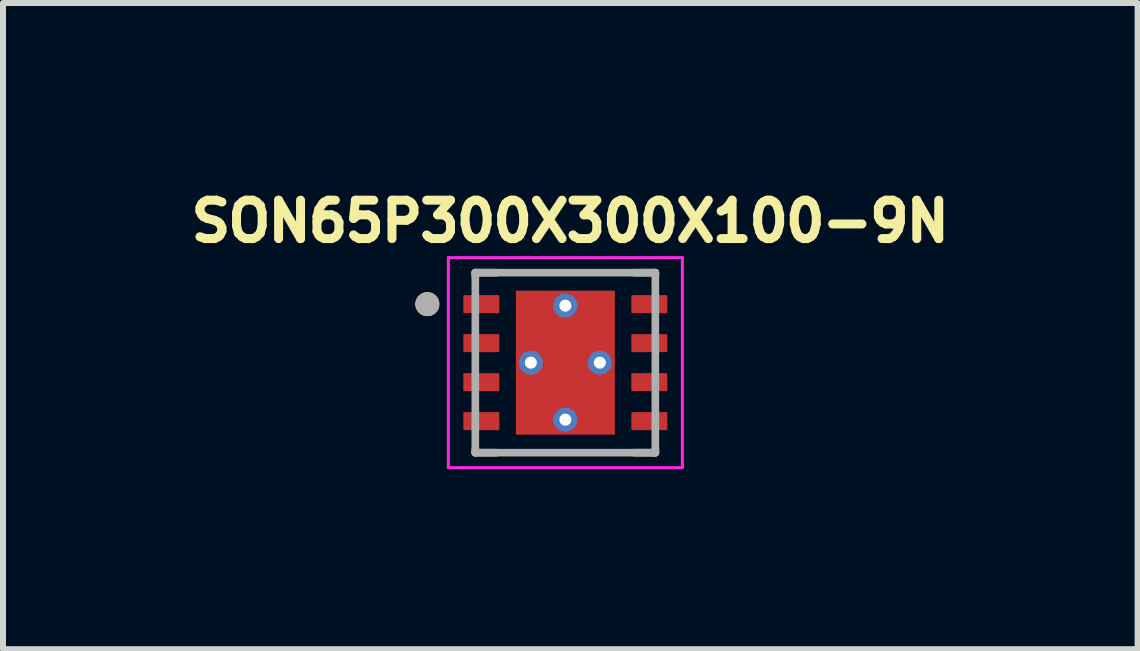
<source format=kicad_pcb>
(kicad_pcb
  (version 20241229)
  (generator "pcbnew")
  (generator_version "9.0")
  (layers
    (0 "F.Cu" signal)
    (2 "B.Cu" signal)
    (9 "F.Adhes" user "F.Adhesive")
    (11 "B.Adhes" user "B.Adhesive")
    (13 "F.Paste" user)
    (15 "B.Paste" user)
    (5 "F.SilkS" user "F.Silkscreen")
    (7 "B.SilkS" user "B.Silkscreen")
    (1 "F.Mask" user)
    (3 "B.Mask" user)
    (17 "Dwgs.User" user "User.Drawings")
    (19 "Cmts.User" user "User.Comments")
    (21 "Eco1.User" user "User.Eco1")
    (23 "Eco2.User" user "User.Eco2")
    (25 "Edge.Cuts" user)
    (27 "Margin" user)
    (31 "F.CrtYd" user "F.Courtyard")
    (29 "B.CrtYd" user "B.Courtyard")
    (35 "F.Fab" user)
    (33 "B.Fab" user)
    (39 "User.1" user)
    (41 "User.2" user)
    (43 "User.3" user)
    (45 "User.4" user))
  (footprint "SON65P300X300X100-9N"
    (layer "F.Cu")
    (at 6.372 2.994)
    (property "Reference" "SON65P300X300X100-9N" (at 0.082 -2.356 0) (layer "F.SilkS") (effects (font (size 0.64 0.64) (thickness 0.15))))
    (attr smd)
    (fp_poly (pts (xy -0.895 -1.27) (xy 0.895 -1.27) (xy 0.895 1.27) (xy -0.895 1.27)) (stroke (width 0.01) (type solid)) (fill yes) (layer "F.Mask"))
    (fp_poly (pts (xy -1.72 -1.195) (xy -1.08 -1.195) (xy -1.077 -1.195) (xy -1.075 -1.195) (xy -1.072 -1.194) (xy -1.07 -1.194) (xy -1.067 -1.193) (xy -1.065 -1.193) (xy -1.062 -1.192) (xy -1.06 -1.191) (xy -1.057 -1.19) (xy -1.055 -1.188) (xy -1.053 -1.187) (xy -1.051 -1.185) (xy -1.049 -1.184) (xy -1.047 -1.182) (xy -1.045 -1.18) (xy -1.043 -1.178) (xy -1.041 -1.176) (xy -1.04 -1.174) (xy -1.038 -1.172) (xy -1.037 -1.17) (xy -1.035 -1.168) (xy -1.034 -1.165) (xy -1.033 -1.163) (xy -1.032 -1.16) (xy -1.032 -1.158) (xy -1.031 -1.155) (xy -1.031 -1.153) (xy -1.03 -1.15) (xy -1.03 -1.148) (xy -1.03 -1.145) (xy -1.03 -0.805) (xy -1.03 -0.802) (xy -1.03 -0.8) (xy -1.031 -0.797) (xy -1.031 -0.795) (xy -1.032 -0.792) (xy -1.032 -0.79) (xy -1.033 -0.787) (xy -1.034 -0.785) (xy -1.035 -0.782) (xy -1.037 -0.78) (xy -1.038 -0.778) (xy -1.04 -0.776) (xy -1.041 -0.774) (xy -1.043 -0.772) (xy -1.045 -0.77) (xy -1.047 -0.768) (xy -1.049 -0.766) (xy -1.051 -0.765) (xy -1.053 -0.763) (xy -1.055 -0.762) (xy -1.057 -0.76) (xy -1.06 -0.759) (xy -1.062 -0.758) (xy -1.065 -0.757) (xy -1.067 -0.757) (xy -1.07 -0.756) (xy -1.072 -0.756) (xy -1.075 -0.755) (xy -1.077 -0.755) (xy -1.08 -0.755) (xy -1.72 -0.755) (xy -1.723 -0.755) (xy -1.725 -0.755) (xy -1.728 -0.756) (xy -1.73 -0.756) (xy -1.733 -0.757) (xy -1.735 -0.757) (xy -1.738 -0.758) (xy -1.74 -0.759) (xy -1.743 -0.76) (xy -1.745 -0.762) (xy -1.747 -0.763) (xy -1.749 -0.765) (xy -1.751 -0.766) (xy -1.753 -0.768) (xy -1.755 -0.77) (xy -1.757 -0.772) (xy -1.759 -0.774) (xy -1.76 -0.776) (xy -1.762 -0.778) (xy -1.763 -0.78) (xy -1.765 -0.782) (xy -1.766 -0.785) (xy -1.767 -0.787) (xy -1.768 -0.79) (xy -1.768 -0.792) (xy -1.769 -0.795) (xy -1.769 -0.797) (xy -1.77 -0.8) (xy -1.77 -0.802) (xy -1.77 -0.805) (xy -1.77 -1.145) (xy -1.77 -1.148) (xy -1.77 -1.15) (xy -1.769 -1.153) (xy -1.769 -1.155) (xy -1.768 -1.158) (xy -1.768 -1.16) (xy -1.767 -1.163) (xy -1.766 -1.165) (xy -1.765 -1.168) (xy -1.763 -1.17) (xy -1.762 -1.172) (xy -1.76 -1.174) (xy -1.759 -1.176) (xy -1.757 -1.178) (xy -1.755 -1.18) (xy -1.753 -1.182) (xy -1.751 -1.184) (xy -1.749 -1.185) (xy -1.747 -1.187) (xy -1.745 -1.188) (xy -1.743 -1.19) (xy -1.74 -1.191) (xy -1.738 -1.192) (xy -1.735 -1.193) (xy -1.733 -1.193) (xy -1.73 -1.194) (xy -1.728 -1.194) (xy -1.725 -1.195) (xy -1.723 -1.195) (xy -1.72 -1.195)) (stroke (width 0.01) (type solid)) (fill yes) (layer "F.Mask"))
    (fp_poly (pts (xy -1.72 -0.545) (xy -1.08 -0.545) (xy -1.077 -0.545) (xy -1.075 -0.545) (xy -1.072 -0.544) (xy -1.07 -0.544) (xy -1.067 -0.543) (xy -1.065 -0.543) (xy -1.062 -0.542) (xy -1.06 -0.541) (xy -1.057 -0.54) (xy -1.055 -0.538) (xy -1.053 -0.537) (xy -1.051 -0.535) (xy -1.049 -0.534) (xy -1.047 -0.532) (xy -1.045 -0.53) (xy -1.043 -0.528) (xy -1.041 -0.526) (xy -1.04 -0.524) (xy -1.038 -0.522) (xy -1.037 -0.52) (xy -1.035 -0.518) (xy -1.034 -0.515) (xy -1.033 -0.513) (xy -1.032 -0.51) (xy -1.032 -0.508) (xy -1.031 -0.505) (xy -1.031 -0.503) (xy -1.03 -0.5) (xy -1.03 -0.498) (xy -1.03 -0.495) (xy -1.03 -0.155) (xy -1.03 -0.152) (xy -1.03 -0.15) (xy -1.031 -0.147) (xy -1.031 -0.145) (xy -1.032 -0.142) (xy -1.032 -0.14) (xy -1.033 -0.137) (xy -1.034 -0.135) (xy -1.035 -0.132) (xy -1.037 -0.13) (xy -1.038 -0.128) (xy -1.04 -0.126) (xy -1.041 -0.124) (xy -1.043 -0.122) (xy -1.045 -0.12) (xy -1.047 -0.118) (xy -1.049 -0.116) (xy -1.051 -0.115) (xy -1.053 -0.113) (xy -1.055 -0.112) (xy -1.057 -0.11) (xy -1.06 -0.109) (xy -1.062 -0.108) (xy -1.065 -0.107) (xy -1.067 -0.107) (xy -1.07 -0.106) (xy -1.072 -0.106) (xy -1.075 -0.105) (xy -1.077 -0.105) (xy -1.08 -0.105) (xy -1.72 -0.105) (xy -1.723 -0.105) (xy -1.725 -0.105) (xy -1.728 -0.106) (xy -1.73 -0.106) (xy -1.733 -0.107) (xy -1.735 -0.107) (xy -1.738 -0.108) (xy -1.74 -0.109) (xy -1.743 -0.11) (xy -1.745 -0.112) (xy -1.747 -0.113) (xy -1.749 -0.115) (xy -1.751 -0.116) (xy -1.753 -0.118) (xy -1.755 -0.12) (xy -1.757 -0.122) (xy -1.759 -0.124) (xy -1.76 -0.126) (xy -1.762 -0.128) (xy -1.763 -0.13) (xy -1.765 -0.132) (xy -1.766 -0.135) (xy -1.767 -0.137) (xy -1.768 -0.14) (xy -1.768 -0.142) (xy -1.769 -0.145) (xy -1.769 -0.147) (xy -1.77 -0.15) (xy -1.77 -0.152) (xy -1.77 -0.155) (xy -1.77 -0.495) (xy -1.77 -0.498) (xy -1.77 -0.5) (xy -1.769 -0.503) (xy -1.769 -0.505) (xy -1.768 -0.508) (xy -1.768 -0.51) (xy -1.767 -0.513) (xy -1.766 -0.515) (xy -1.765 -0.518) (xy -1.763 -0.52) (xy -1.762 -0.522) (xy -1.76 -0.524) (xy -1.759 -0.526) (xy -1.757 -0.528) (xy -1.755 -0.53) (xy -1.753 -0.532) (xy -1.751 -0.534) (xy -1.749 -0.535) (xy -1.747 -0.537) (xy -1.745 -0.538) (xy -1.743 -0.54) (xy -1.74 -0.541) (xy -1.738 -0.542) (xy -1.735 -0.543) (xy -1.733 -0.543) (xy -1.73 -0.544) (xy -1.728 -0.544) (xy -1.725 -0.545) (xy -1.723 -0.545) (xy -1.72 -0.545)) (stroke (width 0.01) (type solid)) (fill yes) (layer "F.Mask"))
    (fp_poly (pts (xy -1.72 0.105) (xy -1.08 0.105) (xy -1.077 0.105) (xy -1.075 0.105) (xy -1.072 0.106) (xy -1.07 0.106) (xy -1.067 0.107) (xy -1.065 0.107) (xy -1.062 0.108) (xy -1.06 0.109) (xy -1.057 0.11) (xy -1.055 0.112) (xy -1.053 0.113) (xy -1.051 0.115) (xy -1.049 0.116) (xy -1.047 0.118) (xy -1.045 0.12) (xy -1.043 0.122) (xy -1.041 0.124) (xy -1.04 0.126) (xy -1.038 0.128) (xy -1.037 0.13) (xy -1.035 0.132) (xy -1.034 0.135) (xy -1.033 0.137) (xy -1.032 0.14) (xy -1.032 0.142) (xy -1.031 0.145) (xy -1.031 0.147) (xy -1.03 0.15) (xy -1.03 0.152) (xy -1.03 0.155) (xy -1.03 0.495) (xy -1.03 0.498) (xy -1.03 0.5) (xy -1.031 0.503) (xy -1.031 0.505) (xy -1.032 0.508) (xy -1.032 0.51) (xy -1.033 0.513) (xy -1.034 0.515) (xy -1.035 0.518) (xy -1.037 0.52) (xy -1.038 0.522) (xy -1.04 0.524) (xy -1.041 0.526) (xy -1.043 0.528) (xy -1.045 0.53) (xy -1.047 0.532) (xy -1.049 0.534) (xy -1.051 0.535) (xy -1.053 0.537) (xy -1.055 0.538) (xy -1.057 0.54) (xy -1.06 0.541) (xy -1.062 0.542) (xy -1.065 0.543) (xy -1.067 0.543) (xy -1.07 0.544) (xy -1.072 0.544) (xy -1.075 0.545) (xy -1.077 0.545) (xy -1.08 0.545) (xy -1.72 0.545) (xy -1.723 0.545) (xy -1.725 0.545) (xy -1.728 0.544) (xy -1.73 0.544) (xy -1.733 0.543) (xy -1.735 0.543) (xy -1.738 0.542) (xy -1.74 0.541) (xy -1.743 0.54) (xy -1.745 0.538) (xy -1.747 0.537) (xy -1.749 0.535) (xy -1.751 0.534) (xy -1.753 0.532) (xy -1.755 0.53) (xy -1.757 0.528) (xy -1.759 0.526) (xy -1.76 0.524) (xy -1.762 0.522) (xy -1.763 0.52) (xy -1.765 0.518) (xy -1.766 0.515) (xy -1.767 0.513) (xy -1.768 0.51) (xy -1.768 0.508) (xy -1.769 0.505) (xy -1.769 0.503) (xy -1.77 0.5) (xy -1.77 0.498) (xy -1.77 0.495) (xy -1.77 0.155) (xy -1.77 0.152) (xy -1.77 0.15) (xy -1.769 0.147) (xy -1.769 0.145) (xy -1.768 0.142) (xy -1.768 0.14) (xy -1.767 0.137) (xy -1.766 0.135) (xy -1.765 0.132) (xy -1.763 0.13) (xy -1.762 0.128) (xy -1.76 0.126) (xy -1.759 0.124) (xy -1.757 0.122) (xy -1.755 0.12) (xy -1.753 0.118) (xy -1.751 0.116) (xy -1.749 0.115) (xy -1.747 0.113) (xy -1.745 0.112) (xy -1.743 0.11) (xy -1.74 0.109) (xy -1.738 0.108) (xy -1.735 0.107) (xy -1.733 0.107) (xy -1.73 0.106) (xy -1.728 0.106) (xy -1.725 0.105) (xy -1.723 0.105) (xy -1.72 0.105)) (stroke (width 0.01) (type solid)) (fill yes) (layer "F.Mask"))
    (fp_poly (pts (xy -1.72 0.755) (xy -1.08 0.755) (xy -1.077 0.755) (xy -1.075 0.755) (xy -1.072 0.756) (xy -1.07 0.756) (xy -1.067 0.757) (xy -1.065 0.757) (xy -1.062 0.758) (xy -1.06 0.759) (xy -1.057 0.76) (xy -1.055 0.762) (xy -1.053 0.763) (xy -1.051 0.765) (xy -1.049 0.766) (xy -1.047 0.768) (xy -1.045 0.77) (xy -1.043 0.772) (xy -1.041 0.774) (xy -1.04 0.776) (xy -1.038 0.778) (xy -1.037 0.78) (xy -1.035 0.782) (xy -1.034 0.785) (xy -1.033 0.787) (xy -1.032 0.79) (xy -1.032 0.792) (xy -1.031 0.795) (xy -1.031 0.797) (xy -1.03 0.8) (xy -1.03 0.802) (xy -1.03 0.805) (xy -1.03 1.145) (xy -1.03 1.148) (xy -1.03 1.15) (xy -1.031 1.153) (xy -1.031 1.155) (xy -1.032 1.158) (xy -1.032 1.16) (xy -1.033 1.163) (xy -1.034 1.165) (xy -1.035 1.168) (xy -1.037 1.17) (xy -1.038 1.172) (xy -1.04 1.174) (xy -1.041 1.176) (xy -1.043 1.178) (xy -1.045 1.18) (xy -1.047 1.182) (xy -1.049 1.184) (xy -1.051 1.185) (xy -1.053 1.187) (xy -1.055 1.188) (xy -1.057 1.19) (xy -1.06 1.191) (xy -1.062 1.192) (xy -1.065 1.193) (xy -1.067 1.193) (xy -1.07 1.194) (xy -1.072 1.194) (xy -1.075 1.195) (xy -1.077 1.195) (xy -1.08 1.195) (xy -1.72 1.195) (xy -1.723 1.195) (xy -1.725 1.195) (xy -1.728 1.194) (xy -1.73 1.194) (xy -1.733 1.193) (xy -1.735 1.193) (xy -1.738 1.192) (xy -1.74 1.191) (xy -1.743 1.19) (xy -1.745 1.188) (xy -1.747 1.187) (xy -1.749 1.185) (xy -1.751 1.184) (xy -1.753 1.182) (xy -1.755 1.18) (xy -1.757 1.178) (xy -1.759 1.176) (xy -1.76 1.174) (xy -1.762 1.172) (xy -1.763 1.17) (xy -1.765 1.168) (xy -1.766 1.165) (xy -1.767 1.163) (xy -1.768 1.16) (xy -1.768 1.158) (xy -1.769 1.155) (xy -1.769 1.153) (xy -1.77 1.15) (xy -1.77 1.148) (xy -1.77 1.145) (xy -1.77 0.805) (xy -1.77 0.802) (xy -1.77 0.8) (xy -1.769 0.797) (xy -1.769 0.795) (xy -1.768 0.792) (xy -1.768 0.79) (xy -1.767 0.787) (xy -1.766 0.785) (xy -1.765 0.782) (xy -1.763 0.78) (xy -1.762 0.778) (xy -1.76 0.776) (xy -1.759 0.774) (xy -1.757 0.772) (xy -1.755 0.77) (xy -1.753 0.768) (xy -1.751 0.766) (xy -1.749 0.765) (xy -1.747 0.763) (xy -1.745 0.762) (xy -1.743 0.76) (xy -1.74 0.759) (xy -1.738 0.758) (xy -1.735 0.757) (xy -1.733 0.757) (xy -1.73 0.756) (xy -1.728 0.756) (xy -1.725 0.755) (xy -1.723 0.755) (xy -1.72 0.755)) (stroke (width 0.01) (type solid)) (fill yes) (layer "F.Mask"))
    (fp_poly (pts (xy 1.08 -1.195) (xy 1.72 -1.195) (xy 1.723 -1.195) (xy 1.725 -1.195) (xy 1.728 -1.194) (xy 1.73 -1.194) (xy 1.733 -1.193) (xy 1.735 -1.193) (xy 1.738 -1.192) (xy 1.74 -1.191) (xy 1.743 -1.19) (xy 1.745 -1.188) (xy 1.747 -1.187) (xy 1.749 -1.185) (xy 1.751 -1.184) (xy 1.753 -1.182) (xy 1.755 -1.18) (xy 1.757 -1.178) (xy 1.759 -1.176) (xy 1.76 -1.174) (xy 1.762 -1.172) (xy 1.763 -1.17) (xy 1.765 -1.168) (xy 1.766 -1.165) (xy 1.767 -1.163) (xy 1.768 -1.16) (xy 1.768 -1.158) (xy 1.769 -1.155) (xy 1.769 -1.153) (xy 1.77 -1.15) (xy 1.77 -1.148) (xy 1.77 -1.145) (xy 1.77 -0.805) (xy 1.77 -0.802) (xy 1.77 -0.8) (xy 1.769 -0.797) (xy 1.769 -0.795) (xy 1.768 -0.792) (xy 1.768 -0.79) (xy 1.767 -0.787) (xy 1.766 -0.785) (xy 1.765 -0.782) (xy 1.763 -0.78) (xy 1.762 -0.778) (xy 1.76 -0.776) (xy 1.759 -0.774) (xy 1.757 -0.772) (xy 1.755 -0.77) (xy 1.753 -0.768) (xy 1.751 -0.766) (xy 1.749 -0.765) (xy 1.747 -0.763) (xy 1.745 -0.762) (xy 1.743 -0.76) (xy 1.74 -0.759) (xy 1.738 -0.758) (xy 1.735 -0.757) (xy 1.733 -0.757) (xy 1.73 -0.756) (xy 1.728 -0.756) (xy 1.725 -0.755) (xy 1.723 -0.755) (xy 1.72 -0.755) (xy 1.08 -0.755) (xy 1.077 -0.755) (xy 1.075 -0.755) (xy 1.072 -0.756) (xy 1.07 -0.756) (xy 1.067 -0.757) (xy 1.065 -0.757) (xy 1.062 -0.758) (xy 1.06 -0.759) (xy 1.057 -0.76) (xy 1.055 -0.762) (xy 1.053 -0.763) (xy 1.051 -0.765) (xy 1.049 -0.766) (xy 1.047 -0.768) (xy 1.045 -0.77) (xy 1.043 -0.772) (xy 1.041 -0.774) (xy 1.04 -0.776) (xy 1.038 -0.778) (xy 1.037 -0.78) (xy 1.035 -0.782) (xy 1.034 -0.785) (xy 1.033 -0.787) (xy 1.032 -0.79) (xy 1.032 -0.792) (xy 1.031 -0.795) (xy 1.031 -0.797) (xy 1.03 -0.8) (xy 1.03 -0.802) (xy 1.03 -0.805) (xy 1.03 -1.145) (xy 1.03 -1.148) (xy 1.03 -1.15) (xy 1.031 -1.153) (xy 1.031 -1.155) (xy 1.032 -1.158) (xy 1.032 -1.16) (xy 1.033 -1.163) (xy 1.034 -1.165) (xy 1.035 -1.168) (xy 1.037 -1.17) (xy 1.038 -1.172) (xy 1.04 -1.174) (xy 1.041 -1.176) (xy 1.043 -1.178) (xy 1.045 -1.18) (xy 1.047 -1.182) (xy 1.049 -1.184) (xy 1.051 -1.185) (xy 1.053 -1.187) (xy 1.055 -1.188) (xy 1.057 -1.19) (xy 1.06 -1.191) (xy 1.062 -1.192) (xy 1.065 -1.193) (xy 1.067 -1.193) (xy 1.07 -1.194) (xy 1.072 -1.194) (xy 1.075 -1.195) (xy 1.077 -1.195) (xy 1.08 -1.195)) (stroke (width 0.01) (type solid)) (fill yes) (layer "F.Mask"))
    (fp_poly (pts (xy 1.08 -0.545) (xy 1.72 -0.545) (xy 1.723 -0.545) (xy 1.725 -0.545) (xy 1.728 -0.544) (xy 1.73 -0.544) (xy 1.733 -0.543) (xy 1.735 -0.543) (xy 1.738 -0.542) (xy 1.74 -0.541) (xy 1.743 -0.54) (xy 1.745 -0.538) (xy 1.747 -0.537) (xy 1.749 -0.535) (xy 1.751 -0.534) (xy 1.753 -0.532) (xy 1.755 -0.53) (xy 1.757 -0.528) (xy 1.759 -0.526) (xy 1.76 -0.524) (xy 1.762 -0.522) (xy 1.763 -0.52) (xy 1.765 -0.518) (xy 1.766 -0.515) (xy 1.767 -0.513) (xy 1.768 -0.51) (xy 1.768 -0.508) (xy 1.769 -0.505) (xy 1.769 -0.503) (xy 1.77 -0.5) (xy 1.77 -0.498) (xy 1.77 -0.495) (xy 1.77 -0.155) (xy 1.77 -0.152) (xy 1.77 -0.15) (xy 1.769 -0.147) (xy 1.769 -0.145) (xy 1.768 -0.142) (xy 1.768 -0.14) (xy 1.767 -0.137) (xy 1.766 -0.135) (xy 1.765 -0.132) (xy 1.763 -0.13) (xy 1.762 -0.128) (xy 1.76 -0.126) (xy 1.759 -0.124) (xy 1.757 -0.122) (xy 1.755 -0.12) (xy 1.753 -0.118) (xy 1.751 -0.116) (xy 1.749 -0.115) (xy 1.747 -0.113) (xy 1.745 -0.112) (xy 1.743 -0.11) (xy 1.74 -0.109) (xy 1.738 -0.108) (xy 1.735 -0.107) (xy 1.733 -0.107) (xy 1.73 -0.106) (xy 1.728 -0.106) (xy 1.725 -0.105) (xy 1.723 -0.105) (xy 1.72 -0.105) (xy 1.08 -0.105) (xy 1.077 -0.105) (xy 1.075 -0.105) (xy 1.072 -0.106) (xy 1.07 -0.106) (xy 1.067 -0.107) (xy 1.065 -0.107) (xy 1.062 -0.108) (xy 1.06 -0.109) (xy 1.057 -0.11) (xy 1.055 -0.112) (xy 1.053 -0.113) (xy 1.051 -0.115) (xy 1.049 -0.116) (xy 1.047 -0.118) (xy 1.045 -0.12) (xy 1.043 -0.122) (xy 1.041 -0.124) (xy 1.04 -0.126) (xy 1.038 -0.128) (xy 1.037 -0.13) (xy 1.035 -0.132) (xy 1.034 -0.135) (xy 1.033 -0.137) (xy 1.032 -0.14) (xy 1.032 -0.142) (xy 1.031 -0.145) (xy 1.031 -0.147) (xy 1.03 -0.15) (xy 1.03 -0.152) (xy 1.03 -0.155) (xy 1.03 -0.495) (xy 1.03 -0.498) (xy 1.03 -0.5) (xy 1.031 -0.503) (xy 1.031 -0.505) (xy 1.032 -0.508) (xy 1.032 -0.51) (xy 1.033 -0.513) (xy 1.034 -0.515) (xy 1.035 -0.518) (xy 1.037 -0.52) (xy 1.038 -0.522) (xy 1.04 -0.524) (xy 1.041 -0.526) (xy 1.043 -0.528) (xy 1.045 -0.53) (xy 1.047 -0.532) (xy 1.049 -0.534) (xy 1.051 -0.535) (xy 1.053 -0.537) (xy 1.055 -0.538) (xy 1.057 -0.54) (xy 1.06 -0.541) (xy 1.062 -0.542) (xy 1.065 -0.543) (xy 1.067 -0.543) (xy 1.07 -0.544) (xy 1.072 -0.544) (xy 1.075 -0.545) (xy 1.077 -0.545) (xy 1.08 -0.545)) (stroke (width 0.01) (type solid)) (fill yes) (layer "F.Mask"))
    (fp_poly (pts (xy 1.08 0.105) (xy 1.72 0.105) (xy 1.723 0.105) (xy 1.725 0.105) (xy 1.728 0.106) (xy 1.73 0.106) (xy 1.733 0.107) (xy 1.735 0.107) (xy 1.738 0.108) (xy 1.74 0.109) (xy 1.743 0.11) (xy 1.745 0.112) (xy 1.747 0.113) (xy 1.749 0.115) (xy 1.751 0.116) (xy 1.753 0.118) (xy 1.755 0.12) (xy 1.757 0.122) (xy 1.759 0.124) (xy 1.76 0.126) (xy 1.762 0.128) (xy 1.763 0.13) (xy 1.765 0.132) (xy 1.766 0.135) (xy 1.767 0.137) (xy 1.768 0.14) (xy 1.768 0.142) (xy 1.769 0.145) (xy 1.769 0.147) (xy 1.77 0.15) (xy 1.77 0.152) (xy 1.77 0.155) (xy 1.77 0.495) (xy 1.77 0.498) (xy 1.77 0.5) (xy 1.769 0.503) (xy 1.769 0.505) (xy 1.768 0.508) (xy 1.768 0.51) (xy 1.767 0.513) (xy 1.766 0.515) (xy 1.765 0.518) (xy 1.763 0.52) (xy 1.762 0.522) (xy 1.76 0.524) (xy 1.759 0.526) (xy 1.757 0.528) (xy 1.755 0.53) (xy 1.753 0.532) (xy 1.751 0.534) (xy 1.749 0.535) (xy 1.747 0.537) (xy 1.745 0.538) (xy 1.743 0.54) (xy 1.74 0.541) (xy 1.738 0.542) (xy 1.735 0.543) (xy 1.733 0.543) (xy 1.73 0.544) (xy 1.728 0.544) (xy 1.725 0.545) (xy 1.723 0.545) (xy 1.72 0.545) (xy 1.08 0.545) (xy 1.077 0.545) (xy 1.075 0.545) (xy 1.072 0.544) (xy 1.07 0.544) (xy 1.067 0.543) (xy 1.065 0.543) (xy 1.062 0.542) (xy 1.06 0.541) (xy 1.057 0.54) (xy 1.055 0.538) (xy 1.053 0.537) (xy 1.051 0.535) (xy 1.049 0.534) (xy 1.047 0.532) (xy 1.045 0.53) (xy 1.043 0.528) (xy 1.041 0.526) (xy 1.04 0.524) (xy 1.038 0.522) (xy 1.037 0.52) (xy 1.035 0.518) (xy 1.034 0.515) (xy 1.033 0.513) (xy 1.032 0.51) (xy 1.032 0.508) (xy 1.031 0.505) (xy 1.031 0.503) (xy 1.03 0.5) (xy 1.03 0.498) (xy 1.03 0.495) (xy 1.03 0.155) (xy 1.03 0.152) (xy 1.03 0.15) (xy 1.031 0.147) (xy 1.031 0.145) (xy 1.032 0.142) (xy 1.032 0.14) (xy 1.033 0.137) (xy 1.034 0.135) (xy 1.035 0.132) (xy 1.037 0.13) (xy 1.038 0.128) (xy 1.04 0.126) (xy 1.041 0.124) (xy 1.043 0.122) (xy 1.045 0.12) (xy 1.047 0.118) (xy 1.049 0.116) (xy 1.051 0.115) (xy 1.053 0.113) (xy 1.055 0.112) (xy 1.057 0.11) (xy 1.06 0.109) (xy 1.062 0.108) (xy 1.065 0.107) (xy 1.067 0.107) (xy 1.07 0.106) (xy 1.072 0.106) (xy 1.075 0.105) (xy 1.077 0.105) (xy 1.08 0.105)) (stroke (width 0.01) (type solid)) (fill yes) (layer "F.Mask"))
    (fp_poly (pts (xy 1.08 0.755) (xy 1.72 0.755) (xy 1.723 0.755) (xy 1.725 0.755) (xy 1.728 0.756) (xy 1.73 0.756) (xy 1.733 0.757) (xy 1.735 0.757) (xy 1.738 0.758) (xy 1.74 0.759) (xy 1.743 0.76) (xy 1.745 0.762) (xy 1.747 0.763) (xy 1.749 0.765) (xy 1.751 0.766) (xy 1.753 0.768) (xy 1.755 0.77) (xy 1.757 0.772) (xy 1.759 0.774) (xy 1.76 0.776) (xy 1.762 0.778) (xy 1.763 0.78) (xy 1.765 0.782) (xy 1.766 0.785) (xy 1.767 0.787) (xy 1.768 0.79) (xy 1.768 0.792) (xy 1.769 0.795) (xy 1.769 0.797) (xy 1.77 0.8) (xy 1.77 0.802) (xy 1.77 0.805) (xy 1.77 1.145) (xy 1.77 1.148) (xy 1.77 1.15) (xy 1.769 1.153) (xy 1.769 1.155) (xy 1.768 1.158) (xy 1.768 1.16) (xy 1.767 1.163) (xy 1.766 1.165) (xy 1.765 1.168) (xy 1.763 1.17) (xy 1.762 1.172) (xy 1.76 1.174) (xy 1.759 1.176) (xy 1.757 1.178) (xy 1.755 1.18) (xy 1.753 1.182) (xy 1.751 1.184) (xy 1.749 1.185) (xy 1.747 1.187) (xy 1.745 1.188) (xy 1.743 1.19) (xy 1.74 1.191) (xy 1.738 1.192) (xy 1.735 1.193) (xy 1.733 1.193) (xy 1.73 1.194) (xy 1.728 1.194) (xy 1.725 1.195) (xy 1.723 1.195) (xy 1.72 1.195) (xy 1.08 1.195) (xy 1.077 1.195) (xy 1.075 1.195) (xy 1.072 1.194) (xy 1.07 1.194) (xy 1.067 1.193) (xy 1.065 1.193) (xy 1.062 1.192) (xy 1.06 1.191) (xy 1.057 1.19) (xy 1.055 1.188) (xy 1.053 1.187) (xy 1.051 1.185) (xy 1.049 1.184) (xy 1.047 1.182) (xy 1.045 1.18) (xy 1.043 1.178) (xy 1.041 1.176) (xy 1.04 1.174) (xy 1.038 1.172) (xy 1.037 1.17) (xy 1.035 1.168) (xy 1.034 1.165) (xy 1.033 1.163) (xy 1.032 1.16) (xy 1.032 1.158) (xy 1.031 1.155) (xy 1.031 1.153) (xy 1.03 1.15) (xy 1.03 1.148) (xy 1.03 1.145) (xy 1.03 0.805) (xy 1.03 0.802) (xy 1.03 0.8) (xy 1.031 0.797) (xy 1.031 0.795) (xy 1.032 0.792) (xy 1.032 0.79) (xy 1.033 0.787) (xy 1.034 0.785) (xy 1.035 0.782) (xy 1.037 0.78) (xy 1.038 0.778) (xy 1.04 0.776) (xy 1.041 0.774) (xy 1.043 0.772) (xy 1.045 0.77) (xy 1.047 0.768) (xy 1.049 0.766) (xy 1.051 0.765) (xy 1.053 0.763) (xy 1.055 0.762) (xy 1.057 0.76) (xy 1.06 0.759) (xy 1.062 0.758) (xy 1.065 0.757) (xy 1.067 0.757) (xy 1.07 0.756) (xy 1.072 0.756) (xy 1.075 0.755) (xy 1.077 0.755) (xy 1.08 0.755)) (stroke (width 0.01) (type solid)) (fill yes) (layer "F.Mask"))
    (fp_line (start -1.5 -1.5) (end -1.145 -1.5) (stroke (width 0.127) (type solid)) (layer "F.SilkS"))
    (fp_line (start -1.5 -1.445) (end -1.5 -1.5) (stroke (width 0.127) (type solid)) (layer "F.SilkS"))
    (fp_line (start -1.5 1.5) (end -1.5 1.445) (stroke (width 0.127) (type solid)) (layer "F.SilkS"))
    (fp_line (start -1.145 1.5) (end -1.5 1.5) (stroke (width 0.127) (type solid)) (layer "F.SilkS"))
    (fp_line (start 1.145 -1.5) (end 1.5 -1.5) (stroke (width 0.127) (type solid)) (layer "F.SilkS"))
    (fp_line (start 1.5 -1.5) (end 1.5 -1.445) (stroke (width 0.127) (type solid)) (layer "F.SilkS"))
    (fp_line (start 1.5 1.5) (end 1.145 1.5) (stroke (width 0.127) (type solid)) (layer "F.SilkS"))
    (fp_line (start 1.5 1.5) (end 1.5 1.445) (stroke (width 0.127) (type solid)) (layer "F.SilkS"))
    (fp_circle (center -2.3 -0.975) (end -2.2 -0.975) (stroke (width 0.2) (type solid)) (fill no) (layer "F.SilkS"))
    (fp_poly (pts (xy -0.735 -1.16) (xy 0.735 -1.16) (xy 0.735 -0.1) (xy -0.735 -0.1)) (stroke (width 0.01) (type solid)) (fill yes) (layer "F.Paste"))
    (fp_poly (pts (xy -0.735 0.1) (xy 0.735 0.1) (xy 0.735 1.16) (xy -0.735 1.16)) (stroke (width 0.01) (type solid)) (fill yes) (layer "F.Paste"))
    (fp_line (start -1.95 -1.75) (end -1.95 1.75) (stroke (width 0.05) (type solid)) (layer "F.CrtYd"))
    (fp_line (start -1.95 1.75) (end 1.95 1.75) (stroke (width 0.05) (type solid)) (layer "F.CrtYd"))
    (fp_line (start 1.95 -1.75) (end -1.95 -1.75) (stroke (width 0.05) (type solid)) (layer "F.CrtYd"))
    (fp_line (start 1.95 1.75) (end 1.95 -1.75) (stroke (width 0.05) (type solid)) (layer "F.CrtYd"))
    (fp_line (start -1.5 -1.5) (end 1.5 -1.5) (stroke (width 0.127) (type solid)) (layer "F.Fab"))
    (fp_line (start -1.5 1.5) (end -1.5 -1.5) (stroke (width 0.127) (type solid)) (layer "F.Fab"))
    (fp_line (start 1.5 -1.5) (end 1.5 1.5) (stroke (width 0.127) (type solid)) (layer "F.Fab"))
    (fp_line (start 1.5 1.5) (end -1.5 1.5) (stroke (width 0.127) (type solid)) (layer "F.Fab"))
    (fp_circle (center -2.3 -0.975) (end -2.2 -0.975) (stroke (width 0.2) (type solid)) (fill no) (layer "F.Fab"))
    (pad "1" smd roundrect (at -1.4 -0.975) (size 0.6 0.3) (layers "F.Cu" "F.Paste") (roundrect_rratio 0.04))
    (pad "2" smd roundrect (at -1.4 -0.325) (size 0.6 0.3) (layers "F.Cu" "F.Paste") (roundrect_rratio 0.04))
    (pad "3" smd roundrect (at -1.4 0.325) (size 0.6 0.3) (layers "F.Cu" "F.Paste") (roundrect_rratio 0.04))
    (pad "4" smd roundrect (at -1.4 0.975) (size 0.6 0.3) (layers "F.Cu" "F.Paste") (roundrect_rratio 0.04))
    (pad "5" smd roundrect (at 1.4 0.975) (size 0.6 0.3) (layers "F.Cu" "F.Paste") (roundrect_rratio 0.04))
    (pad "6" smd roundrect (at 1.4 0.325) (size 0.6 0.3) (layers "F.Cu" "F.Paste") (roundrect_rratio 0.04))
    (pad "7" smd roundrect (at 1.4 -0.325) (size 0.6 0.3) (layers "F.Cu" "F.Paste") (roundrect_rratio 0.04))
    (pad "8" smd roundrect (at 1.4 -0.975) (size 0.6 0.3) (layers "F.Cu" "F.Paste") (roundrect_rratio 0.04))
    (pad "9" thru_hole circle (at -0.575 0) (size 0.4 0.4) (drill 0.2) (layers "*.Cu"))
    (pad "9" thru_hole circle (at 0 -0.95) (size 0.4 0.4) (drill 0.2) (layers "*.Cu"))
    (pad "9" smd rect (at 0 0) (size 1.65 2.4) (layers "F.Cu"))
    (pad "9" thru_hole circle (at 0 0.95) (size 0.4 0.4) (drill 0.2) (layers "*.Cu"))
    (pad "9" thru_hole circle (at 0.575 0) (size 0.4 0.4) (drill 0.2) (layers "*.Cu")))
  (gr_rect
    (start -3 -3)
    (end 15.909 7.769)
    (stroke (width 0.1) (type default))
    (fill no)
    (layer "Edge.Cuts")))
</source>
